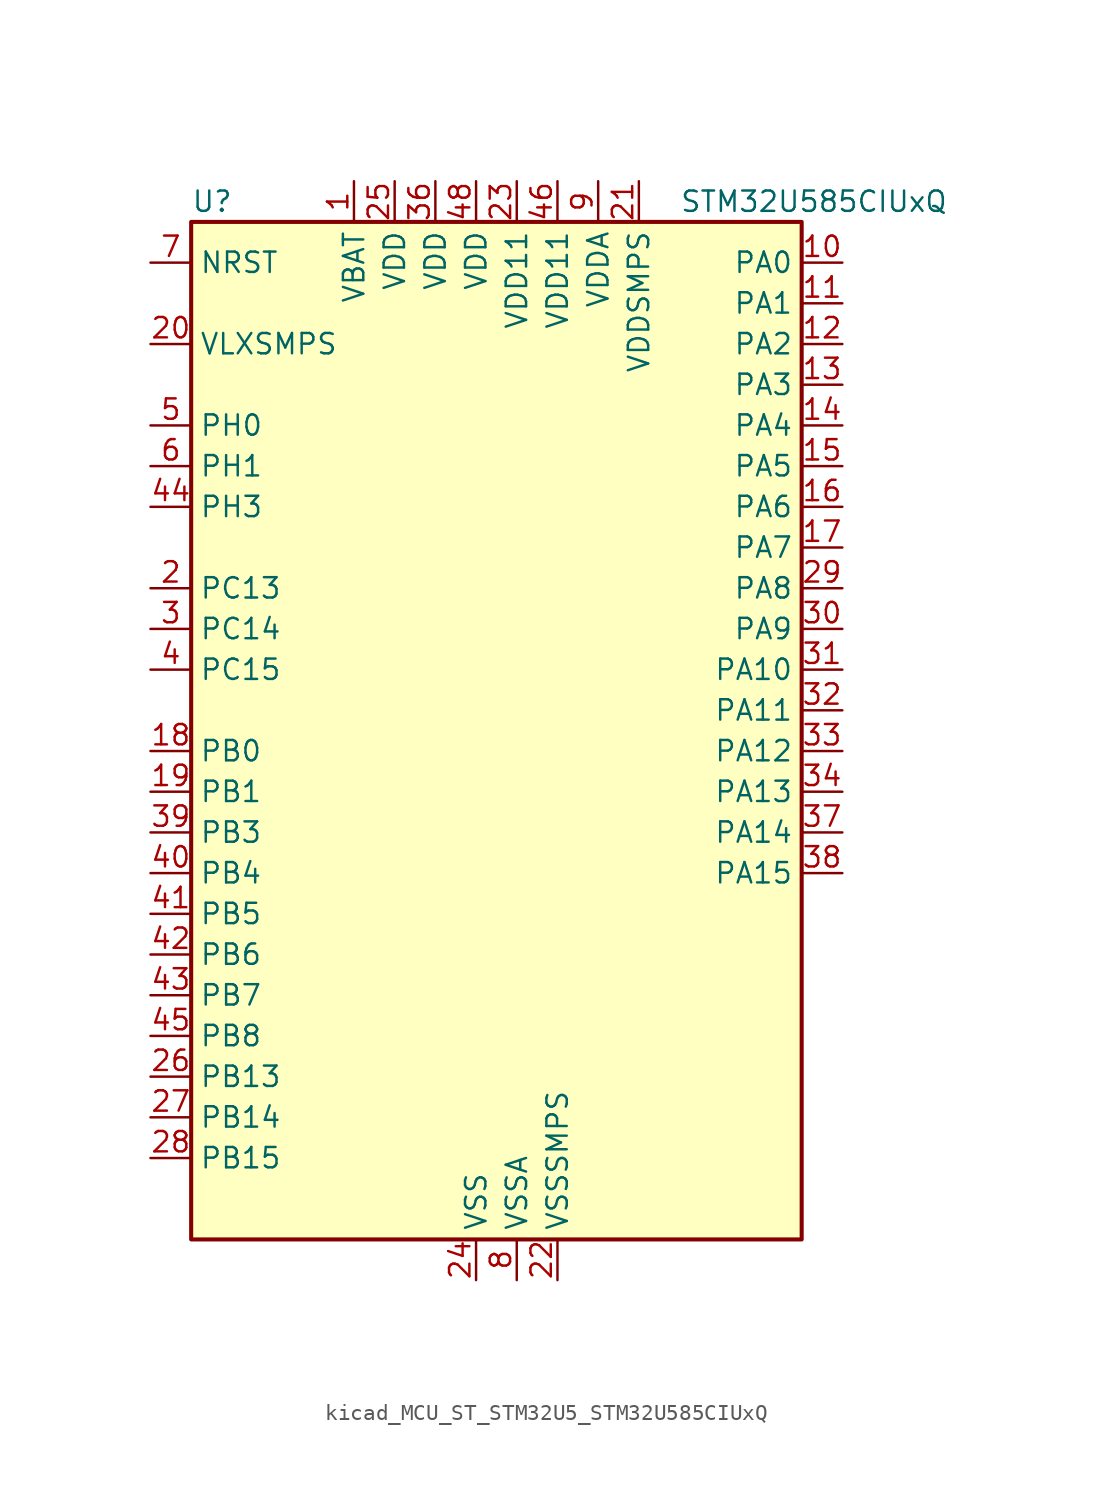
<source format=kicad_sym>
(kicad_symbol_lib
  (version 20220914)
  (generator kicad_symbol_editor)
  (symbol "kicad_MCU_ST_STM32U5_STM32U585CIUxQ"
    (property "Reference" "U"
      (at -17.78 34.29 0)
      (effects (font (size 1.27 1.27)) (justify left)))
    (property "Value" "STM32U585CIUxQ"
      (at 12.7 34.29 0)
      (effects (font (size 1.27 1.27)) (justify left)))
    (property "ki_locked" ""
      (at 0 0 0)
      (effects (font (size 1.27 1.27))))
    (symbol "kicad_MCU_ST_STM32U5_STM32U585CIUxQ_0_1"
      (rectangle (start -17.78 -30.48) (end 20.32 33.02) (stroke (width 0.254) (type default)) (fill (type background))))
    (symbol "kicad_MCU_ST_STM32U5_STM32U585CIUxQ_1_1"
      (pin power_in line (at -7.62 35.56 270) (length 2.54) (name "VBAT" (effects (font (size 1.27 1.27)))) (number "1" (effects (font (size 1.27 1.27)))))
      (pin bidirectional line (at 22.86 30.48 180) (length 2.54) (name "PA0" (effects (font (size 1.27 1.27)))) (number "10" (effects (font (size 1.27 1.27)))) (alternate "ADC1_IN5" bidirectional line) (alternate "AUDIOCLK" bidirectional line) (alternate "OCTOSPIM_P2_NCS" bidirectional line) (alternate "OPAMP1_VINP" bidirectional line) (alternate "PWR_WKUP1" bidirectional line) (alternate "SPI3_RDY" bidirectional line) (alternate "TAMP_IN2" bidirectional line) (alternate "TAMP_OUT1" bidirectional line) (alternate "TIM2_CH1" bidirectional line) (alternate "TIM2_ETR" bidirectional line) (alternate "TIM5_CH1" bidirectional line) (alternate "TIM8_ETR" bidirectional line) (alternate "UART4_TX" bidirectional line) (alternate "USART2_CTS" bidirectional line))
      (pin bidirectional line (at 22.86 27.94 180) (length 2.54) (name "PA1" (effects (font (size 1.27 1.27)))) (number "11" (effects (font (size 1.27 1.27)))) (alternate "ADC1_IN6" bidirectional line) (alternate "I2C1_SMBA" bidirectional line) (alternate "LPTIM1_CH2" bidirectional line) (alternate "OCTOSPIM_P1_DQS" bidirectional line) (alternate "OPAMP1_VINM" bidirectional line) (alternate "PWR_WKUP3" bidirectional line) (alternate "SPI1_SCK" bidirectional line) (alternate "TAMP_IN5" bidirectional line) (alternate "TAMP_OUT4" bidirectional line) (alternate "TIM15_CH1N" bidirectional line) (alternate "TIM2_CH2" bidirectional line) (alternate "TIM5_CH2" bidirectional line) (alternate "UART4_RX" bidirectional line) (alternate "USART2_DE" bidirectional line) (alternate "USART2_RTS" bidirectional line))
      (pin bidirectional line (at 22.86 25.4 180) (length 2.54) (name "PA2" (effects (font (size 1.27 1.27)))) (number "12" (effects (font (size 1.27 1.27)))) (alternate "ADC1_IN7" bidirectional line) (alternate "COMP1_INP" bidirectional line) (alternate "LPUART1_TX" bidirectional line) (alternate "OCTOSPIM_P1_NCS" bidirectional line) (alternate "PWR_WKUP4" bidirectional line) (alternate "RCC_LSCO" bidirectional line) (alternate "SPI1_RDY" bidirectional line) (alternate "TIM15_CH1" bidirectional line) (alternate "TIM2_CH3" bidirectional line) (alternate "TIM5_CH3" bidirectional line) (alternate "UCPD1_FRSTX1" bidirectional line) (alternate "USART2_TX" bidirectional line))
      (pin bidirectional line (at 22.86 22.86 180) (length 2.54) (name "PA3" (effects (font (size 1.27 1.27)))) (number "13" (effects (font (size 1.27 1.27)))) (alternate "ADC1_IN8" bidirectional line) (alternate "LPUART1_RX" bidirectional line) (alternate "OCTOSPIM_P1_CLK" bidirectional line) (alternate "OPAMP1_VOUT" bidirectional line) (alternate "PWR_WKUP5" bidirectional line) (alternate "SAI1_CK1" bidirectional line) (alternate "SAI1_MCLK_A" bidirectional line) (alternate "TIM15_CH2" bidirectional line) (alternate "TIM2_CH4" bidirectional line) (alternate "TIM5_CH4" bidirectional line) (alternate "USART2_RX" bidirectional line))
      (pin bidirectional line (at 22.86 20.32 180) (length 2.54) (name "PA4" (effects (font (size 1.27 1.27)))) (number "14" (effects (font (size 1.27 1.27)))) (alternate "ADC1_IN9" bidirectional line) (alternate "ADC4_IN9" bidirectional line) (alternate "DAC1_OUT1" bidirectional line) (alternate "LPTIM2_CH1" bidirectional line) (alternate "OCTOSPIM_P1_NCS" bidirectional line) (alternate "PWR_WKUP2" bidirectional line) (alternate "SAI1_FS_B" bidirectional line) (alternate "SPI1_NSS" bidirectional line) (alternate "SPI3_NSS" bidirectional line) (alternate "USART2_CK" bidirectional line))
      (pin bidirectional line (at 22.86 17.78 180) (length 2.54) (name "PA5" (effects (font (size 1.27 1.27)))) (number "15" (effects (font (size 1.27 1.27)))) (alternate "ADC1_IN10" bidirectional line) (alternate "ADC4_IN10" bidirectional line) (alternate "DAC1_OUT2" bidirectional line) (alternate "LPTIM2_ETR" bidirectional line) (alternate "PWR_CSLEEP" bidirectional line) (alternate "PWR_WKUP6" bidirectional line) (alternate "SPI1_SCK" bidirectional line) (alternate "TIM2_CH1" bidirectional line) (alternate "TIM2_ETR" bidirectional line) (alternate "TIM8_CH1N" bidirectional line) (alternate "USART3_RX" bidirectional line))
      (pin bidirectional line (at 22.86 15.24 180) (length 2.54) (name "PA6" (effects (font (size 1.27 1.27)))) (number "16" (effects (font (size 1.27 1.27)))) (alternate "ADC1_IN11" bidirectional line) (alternate "ADC4_IN11" bidirectional line) (alternate "LPUART1_CTS" bidirectional line) (alternate "OCTOSPIM_P1_IO3" bidirectional line) (alternate "OPAMP2_VINP" bidirectional line) (alternate "PWR_CDSTOP" bidirectional line) (alternate "PWR_WKUP7" bidirectional line) (alternate "SPI1_MISO" bidirectional line) (alternate "TIM16_CH1" bidirectional line) (alternate "TIM1_BKIN" bidirectional line) (alternate "TIM3_CH1" bidirectional line) (alternate "TIM8_BKIN" bidirectional line) (alternate "USART3_CTS" bidirectional line))
      (pin bidirectional line (at 22.86 12.7 180) (length 2.54) (name "PA7" (effects (font (size 1.27 1.27)))) (number "17" (effects (font (size 1.27 1.27)))) (alternate "ADC1_IN12" bidirectional line) (alternate "ADC4_IN20" bidirectional line) (alternate "I2C3_SCL" bidirectional line) (alternate "LPTIM2_CH2" bidirectional line) (alternate "OCTOSPIM_P1_IO2" bidirectional line) (alternate "OPAMP2_VINM" bidirectional line) (alternate "PWR_SRDSTOP" bidirectional line) (alternate "PWR_WKUP8" bidirectional line) (alternate "SPI1_MOSI" bidirectional line) (alternate "TIM17_CH1" bidirectional line) (alternate "TIM1_CH1N" bidirectional line) (alternate "TIM3_CH2" bidirectional line) (alternate "TIM8_CH1N" bidirectional line) (alternate "USART3_TX" bidirectional line))
      (pin bidirectional line (at -20.32 0 0) (length 2.54) (name "PB0" (effects (font (size 1.27 1.27)))) (number "18" (effects (font (size 1.27 1.27)))) (alternate "ADC1_IN15" bidirectional line) (alternate "ADC4_IN18" bidirectional line) (alternate "AUDIOCLK" bidirectional line) (alternate "COMP1_OUT" bidirectional line) (alternate "LPTIM3_CH1" bidirectional line) (alternate "OCTOSPIM_P1_IO1" bidirectional line) (alternate "OPAMP2_VOUT" bidirectional line) (alternate "SPI1_NSS" bidirectional line) (alternate "TIM1_CH2N" bidirectional line) (alternate "TIM3_CH3" bidirectional line) (alternate "TIM8_CH2N" bidirectional line) (alternate "USART3_CK" bidirectional line))
      (pin bidirectional line (at -20.32 -2.54 0) (length 2.54) (name "PB1" (effects (font (size 1.27 1.27)))) (number "19" (effects (font (size 1.27 1.27)))) (alternate "ADC1_IN16" bidirectional line) (alternate "ADC4_IN19" bidirectional line) (alternate "COMP1_INM" bidirectional line) (alternate "LPTIM2_IN1" bidirectional line) (alternate "LPTIM3_CH2" bidirectional line) (alternate "LPUART1_DE" bidirectional line) (alternate "LPUART1_RTS" bidirectional line) (alternate "MDF1_SDI0" bidirectional line) (alternate "OCTOSPIM_P1_IO0" bidirectional line) (alternate "PWR_WKUP4" bidirectional line) (alternate "TIM1_CH3N" bidirectional line) (alternate "TIM3_CH4" bidirectional line) (alternate "TIM8_CH3N" bidirectional line) (alternate "USART3_DE" bidirectional line) (alternate "USART3_RTS" bidirectional line))
      (pin bidirectional line (at -20.32 10.16 0) (length 2.54) (name "PC13" (effects (font (size 1.27 1.27)))) (number "2" (effects (font (size 1.27 1.27)))) (alternate "PWR_WKUP2" bidirectional line) (alternate "RTC_OUT1" bidirectional line) (alternate "RTC_TS" bidirectional line) (alternate "TAMP_IN1" bidirectional line) (alternate "TAMP_OUT2" bidirectional line))
      (pin power_in line (at -20.32 25.4 0) (length 2.54) (name "VLXSMPS" (effects (font (size 1.27 1.27)))) (number "20" (effects (font (size 1.27 1.27)))))
      (pin power_in line (at 10.16 35.56 270) (length 2.54) (name "VDDSMPS" (effects (font (size 1.27 1.27)))) (number "21" (effects (font (size 1.27 1.27)))))
      (pin power_in line (at 5.08 -33.02 90) (length 2.54) (name "VSSSMPS" (effects (font (size 1.27 1.27)))) (number "22" (effects (font (size 1.27 1.27)))))
      (pin power_in line (at 2.54 35.56 270) (length 2.54) (name "VDD11" (effects (font (size 1.27 1.27)))) (number "23" (effects (font (size 1.27 1.27)))))
      (pin power_in line (at 0 -33.02 90) (length 2.54) (name "VSS" (effects (font (size 1.27 1.27)))) (number "24" (effects (font (size 1.27 1.27)))))
      (pin power_in line (at -5.08 35.56 270) (length 2.54) (name "VDD" (effects (font (size 1.27 1.27)))) (number "25" (effects (font (size 1.27 1.27)))))
      (pin bidirectional line (at -20.32 -20.32 0) (length 2.54) (name "PB13" (effects (font (size 1.27 1.27)))) (number "26" (effects (font (size 1.27 1.27)))) (alternate "I2C2_SCL" bidirectional line) (alternate "LPTIM3_IN1" bidirectional line) (alternate "LPUART1_CTS" bidirectional line) (alternate "MDF1_CKI1" bidirectional line) (alternate "SPI2_SCK" bidirectional line) (alternate "TIM15_CH1N" bidirectional line) (alternate "TIM1_CH1N" bidirectional line) (alternate "TSC_G1_IO2" bidirectional line) (alternate "USART3_CTS" bidirectional line))
      (pin bidirectional line (at -20.32 -22.86 0) (length 2.54) (name "PB14" (effects (font (size 1.27 1.27)))) (number "27" (effects (font (size 1.27 1.27)))) (alternate "I2C2_SDA" bidirectional line) (alternate "LPTIM3_ETR" bidirectional line) (alternate "MDF1_SDI2" bidirectional line) (alternate "SPI2_MISO" bidirectional line) (alternate "TIM15_CH1" bidirectional line) (alternate "TIM1_CH2N" bidirectional line) (alternate "TIM8_CH2N" bidirectional line) (alternate "TSC_G1_IO3" bidirectional line) (alternate "UCPD1_DBCC2" bidirectional line) (alternate "USART3_DE" bidirectional line) (alternate "USART3_RTS" bidirectional line))
      (pin bidirectional line (at -20.32 -25.4 0) (length 2.54) (name "PB15" (effects (font (size 1.27 1.27)))) (number "28" (effects (font (size 1.27 1.27)))) (alternate "ADC1_EXTI15" bidirectional line) (alternate "ADC4_EXTI15" bidirectional line) (alternate "LPTIM2_IN2" bidirectional line) (alternate "MDF1_CKI2" bidirectional line) (alternate "PWR_WKUP7" bidirectional line) (alternate "RTC_REFIN" bidirectional line) (alternate "SPI2_MOSI" bidirectional line) (alternate "TIM15_CH2" bidirectional line) (alternate "TIM1_CH3N" bidirectional line) (alternate "TIM8_CH3N" bidirectional line) (alternate "UCPD1_CC2" bidirectional line))
      (pin bidirectional line (at 22.86 10.16 180) (length 2.54) (name "PA8" (effects (font (size 1.27 1.27)))) (number "29" (effects (font (size 1.27 1.27)))) (alternate "DEBUG_TRACECLK" bidirectional line) (alternate "LPTIM2_CH1" bidirectional line) (alternate "RCC_MCO" bidirectional line) (alternate "SAI1_CK2" bidirectional line) (alternate "SAI1_SCK_A" bidirectional line) (alternate "SPI1_RDY" bidirectional line) (alternate "TIM1_CH1" bidirectional line) (alternate "USART1_CK" bidirectional line) (alternate "USB_OTG_FS_SOF" bidirectional line))
      (pin bidirectional line (at -20.32 7.62 0) (length 2.54) (name "PC14" (effects (font (size 1.27 1.27)))) (number "3" (effects (font (size 1.27 1.27)))) (alternate "RCC_OSC32_IN" bidirectional line))
      (pin bidirectional line (at 22.86 7.62 180) (length 2.54) (name "PA9" (effects (font (size 1.27 1.27)))) (number "30" (effects (font (size 1.27 1.27)))) (alternate "DAC1_EXTI9" bidirectional line) (alternate "SAI1_FS_A" bidirectional line) (alternate "SPI2_SCK" bidirectional line) (alternate "TIM15_BKIN" bidirectional line) (alternate "TIM1_CH2" bidirectional line) (alternate "USART1_TX" bidirectional line) (alternate "USB_OTG_FS_VBUS" bidirectional line))
      (pin bidirectional line (at 22.86 5.08 180) (length 2.54) (name "PA10" (effects (font (size 1.27 1.27)))) (number "31" (effects (font (size 1.27 1.27)))) (alternate "CRS_SYNC" bidirectional line) (alternate "LPTIM2_IN2" bidirectional line) (alternate "SAI1_D1" bidirectional line) (alternate "SAI1_SD_A" bidirectional line) (alternate "TIM17_BKIN" bidirectional line) (alternate "TIM1_CH3" bidirectional line) (alternate "USART1_RX" bidirectional line) (alternate "USB_OTG_FS_ID" bidirectional line))
      (pin bidirectional line (at 22.86 2.54 180) (length 2.54) (name "PA11" (effects (font (size 1.27 1.27)))) (number "32" (effects (font (size 1.27 1.27)))) (alternate "ADC1_EXTI11" bidirectional line) (alternate "FDCAN1_RX" bidirectional line) (alternate "SPI1_MISO" bidirectional line) (alternate "TIM1_BKIN2" bidirectional line) (alternate "TIM1_CH4" bidirectional line) (alternate "USART1_CTS" bidirectional line) (alternate "USB_OTG_FS_DM" bidirectional line))
      (pin bidirectional line (at 22.86 0 180) (length 2.54) (name "PA12" (effects (font (size 1.27 1.27)))) (number "33" (effects (font (size 1.27 1.27)))) (alternate "FDCAN1_TX" bidirectional line) (alternate "OCTOSPIM_P2_NCS" bidirectional line) (alternate "SPI1_MOSI" bidirectional line) (alternate "TIM1_ETR" bidirectional line) (alternate "USART1_DE" bidirectional line) (alternate "USART1_RTS" bidirectional line) (alternate "USB_OTG_FS_DP" bidirectional line))
      (pin bidirectional line (at 22.86 -2.54 180) (length 2.54) (name "PA13" (effects (font (size 1.27 1.27)))) (number "34" (effects (font (size 1.27 1.27)))) (alternate "DEBUG_JTMS-SWDIO" bidirectional line) (alternate "IR_OUT" bidirectional line) (alternate "SAI1_SD_B" bidirectional line) (alternate "USB_OTG_FS_NOE" bidirectional line))
      (pin passive line (at 0 -33.02 90) (length 2.54) hide (name "VSS" (effects (font (size 1.27 1.27)))) (number "35" (effects (font (size 1.27 1.27)))))
      (pin power_in line (at -2.54 35.56 270) (length 2.54) (name "VDD" (effects (font (size 1.27 1.27)))) (number "36" (effects (font (size 1.27 1.27)))))
      (pin bidirectional line (at 22.86 -5.08 180) (length 2.54) (name "PA14" (effects (font (size 1.27 1.27)))) (number "37" (effects (font (size 1.27 1.27)))) (alternate "DEBUG_JTCK-SWCLK" bidirectional line) (alternate "I2C1_SMBA" bidirectional line) (alternate "I2C4_SMBA" bidirectional line) (alternate "LPTIM1_CH1" bidirectional line) (alternate "SAI1_FS_B" bidirectional line) (alternate "USB_OTG_FS_SOF" bidirectional line))
      (pin bidirectional line (at 22.86 -7.62 180) (length 2.54) (name "PA15" (effects (font (size 1.27 1.27)))) (number "38" (effects (font (size 1.27 1.27)))) (alternate "ADC1_EXTI15" bidirectional line) (alternate "ADC4_EXTI15" bidirectional line) (alternate "DEBUG_JTDI" bidirectional line) (alternate "SPI1_NSS" bidirectional line) (alternate "SPI3_NSS" bidirectional line) (alternate "TIM2_CH1" bidirectional line) (alternate "TIM2_ETR" bidirectional line) (alternate "UART4_DE" bidirectional line) (alternate "UART4_RTS" bidirectional line) (alternate "UCPD1_CC1" bidirectional line) (alternate "USART2_RX" bidirectional line) (alternate "USART3_DE" bidirectional line) (alternate "USART3_RTS" bidirectional line))
      (pin bidirectional line (at -20.32 -5.08 0) (length 2.54) (name "PB3" (effects (font (size 1.27 1.27)))) (number "39" (effects (font (size 1.27 1.27)))) (alternate "ADF1_CCK0" bidirectional line) (alternate "COMP2_INM" bidirectional line) (alternate "CRS_SYNC" bidirectional line) (alternate "DEBUG_JTDO-SWO" bidirectional line) (alternate "I2C1_SDA" bidirectional line) (alternate "LPTIM1_CH1" bidirectional line) (alternate "SAI1_SCK_B" bidirectional line) (alternate "SPI1_SCK" bidirectional line) (alternate "SPI3_SCK" bidirectional line) (alternate "TIM2_CH2" bidirectional line) (alternate "USART1_DE" bidirectional line) (alternate "USART1_RTS" bidirectional line))
      (pin bidirectional line (at -20.32 5.08 0) (length 2.54) (name "PC15" (effects (font (size 1.27 1.27)))) (number "4" (effects (font (size 1.27 1.27)))) (alternate "ADC1_EXTI15" bidirectional line) (alternate "ADC4_EXTI15" bidirectional line) (alternate "RCC_OSC32_OUT" bidirectional line))
      (pin bidirectional line (at -20.32 -7.62 0) (length 2.54) (name "PB4" (effects (font (size 1.27 1.27)))) (number "40" (effects (font (size 1.27 1.27)))) (alternate "ADF1_SDI0" bidirectional line) (alternate "COMP2_INP" bidirectional line) (alternate "DEBUG_JTRST" bidirectional line) (alternate "I2C3_SDA" bidirectional line) (alternate "LPTIM1_CH2" bidirectional line) (alternate "SAI1_MCLK_B" bidirectional line) (alternate "SPI1_MISO" bidirectional line) (alternate "SPI3_MISO" bidirectional line) (alternate "TIM17_BKIN" bidirectional line) (alternate "TIM3_CH1" bidirectional line) (alternate "TSC_G2_IO1" bidirectional line) (alternate "USART1_CTS" bidirectional line))
      (pin bidirectional line (at -20.32 -10.16 0) (length 2.54) (name "PB5" (effects (font (size 1.27 1.27)))) (number "41" (effects (font (size 1.27 1.27)))) (alternate "COMP2_OUT" bidirectional line) (alternate "I2C1_SMBA" bidirectional line) (alternate "LPTIM1_IN1" bidirectional line) (alternate "OCTOSPIM_P1_NCLK" bidirectional line) (alternate "PWR_WKUP6" bidirectional line) (alternate "SAI1_SD_B" bidirectional line) (alternate "SPI1_MOSI" bidirectional line) (alternate "SPI3_MOSI" bidirectional line) (alternate "TIM16_BKIN" bidirectional line) (alternate "TIM3_CH2" bidirectional line) (alternate "TSC_G2_IO2" bidirectional line) (alternate "UCPD1_DBCC1" bidirectional line) (alternate "USART1_CK" bidirectional line))
      (pin bidirectional line (at -20.32 -12.7 0) (length 2.54) (name "PB6" (effects (font (size 1.27 1.27)))) (number "42" (effects (font (size 1.27 1.27)))) (alternate "COMP2_INP" bidirectional line) (alternate "I2C1_SCL" bidirectional line) (alternate "I2C4_SCL" bidirectional line) (alternate "LPTIM1_ETR" bidirectional line) (alternate "MDF1_SDI5" bidirectional line) (alternate "PWR_WKUP3" bidirectional line) (alternate "SAI1_FS_B" bidirectional line) (alternate "TIM16_CH1N" bidirectional line) (alternate "TIM4_CH1" bidirectional line) (alternate "TIM8_BKIN2" bidirectional line) (alternate "TSC_G2_IO3" bidirectional line) (alternate "USART1_TX" bidirectional line))
      (pin bidirectional line (at -20.32 -15.24 0) (length 2.54) (name "PB7" (effects (font (size 1.27 1.27)))) (number "43" (effects (font (size 1.27 1.27)))) (alternate "COMP2_INM" bidirectional line) (alternate "I2C1_SDA" bidirectional line) (alternate "I2C4_SDA" bidirectional line) (alternate "LPTIM1_IN2" bidirectional line) (alternate "MDF1_CKI5" bidirectional line) (alternate "PWR_PVD_IN" bidirectional line) (alternate "PWR_WKUP4" bidirectional line) (alternate "TIM17_CH1N" bidirectional line) (alternate "TIM4_CH2" bidirectional line) (alternate "TIM8_BKIN" bidirectional line) (alternate "TSC_G2_IO4" bidirectional line) (alternate "UART4_CTS" bidirectional line) (alternate "USART1_RX" bidirectional line))
      (pin bidirectional line (at -20.32 15.24 0) (length 2.54) (name "PH3" (effects (font (size 1.27 1.27)))) (number "44" (effects (font (size 1.27 1.27)))))
      (pin bidirectional line (at -20.32 -17.78 0) (length 2.54) (name "PB8" (effects (font (size 1.27 1.27)))) (number "45" (effects (font (size 1.27 1.27)))) (alternate "FDCAN1_RX" bidirectional line) (alternate "I2C1_SCL" bidirectional line) (alternate "MDF1_CCK0" bidirectional line) (alternate "PWR_WKUP5" bidirectional line) (alternate "SAI1_CK1" bidirectional line) (alternate "SAI1_MCLK_A" bidirectional line) (alternate "SPI3_RDY" bidirectional line) (alternate "TIM16_CH1" bidirectional line) (alternate "TIM4_CH3" bidirectional line))
      (pin power_in line (at 5.08 35.56 270) (length 2.54) (name "VDD11" (effects (font (size 1.27 1.27)))) (number "46" (effects (font (size 1.27 1.27)))))
      (pin passive line (at 0 -33.02 90) (length 2.54) hide (name "VSS" (effects (font (size 1.27 1.27)))) (number "47" (effects (font (size 1.27 1.27)))))
      (pin power_in line (at 0 35.56 270) (length 2.54) (name "VDD" (effects (font (size 1.27 1.27)))) (number "48" (effects (font (size 1.27 1.27)))))
      (pin passive line (at 0 -33.02 90) (length 2.54) hide (name "VSS" (effects (font (size 1.27 1.27)))) (number "49" (effects (font (size 1.27 1.27)))))
      (pin bidirectional line (at -20.32 20.32 0) (length 2.54) (name "PH0" (effects (font (size 1.27 1.27)))) (number "5" (effects (font (size 1.27 1.27)))) (alternate "RCC_OSC_IN" bidirectional line))
      (pin bidirectional line (at -20.32 17.78 0) (length 2.54) (name "PH1" (effects (font (size 1.27 1.27)))) (number "6" (effects (font (size 1.27 1.27)))) (alternate "RCC_OSC_OUT" bidirectional line))
      (pin input line (at -20.32 30.48 0) (length 2.54) (name "NRST" (effects (font (size 1.27 1.27)))) (number "7" (effects (font (size 1.27 1.27)))))
      (pin power_in line (at 2.54 -33.02 90) (length 2.54) (name "VSSA" (effects (font (size 1.27 1.27)))) (number "8" (effects (font (size 1.27 1.27)))))
      (pin power_in line (at 7.62 35.56 270) (length 2.54) (name "VDDA" (effects (font (size 1.27 1.27)))) (number "9" (effects (font (size 1.27 1.27))))))))
</source>
